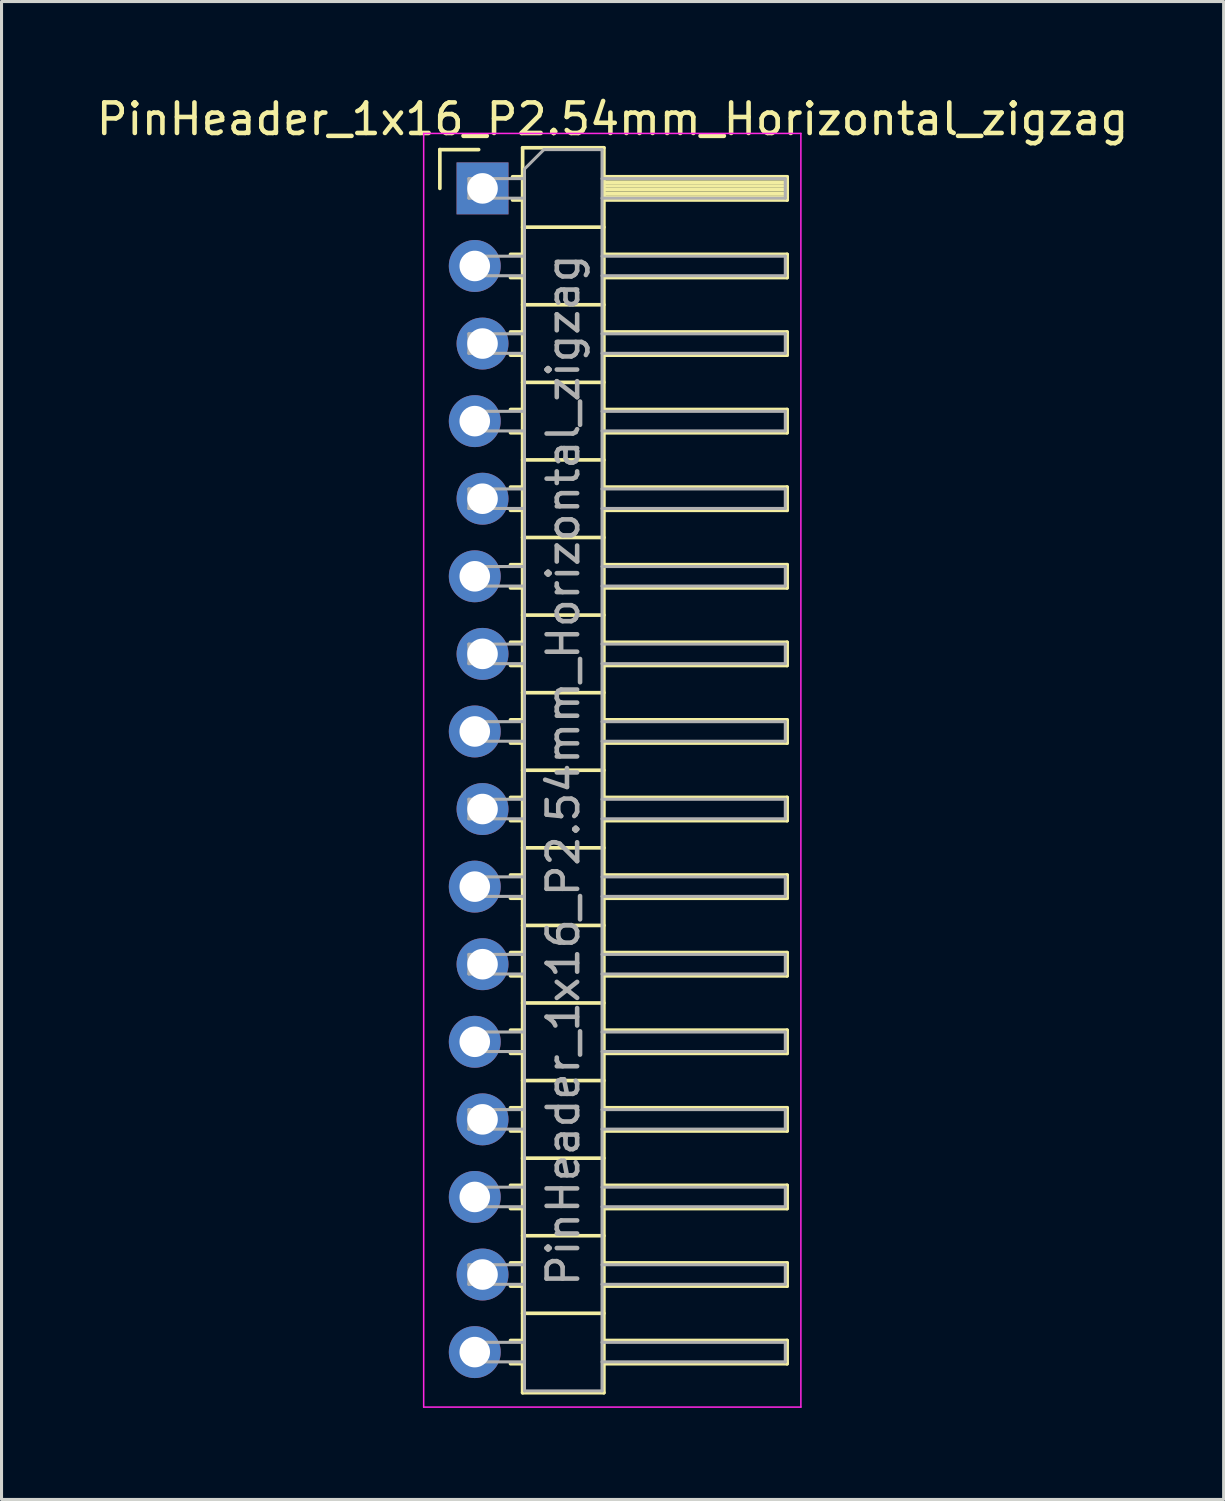
<source format=kicad_pcb>
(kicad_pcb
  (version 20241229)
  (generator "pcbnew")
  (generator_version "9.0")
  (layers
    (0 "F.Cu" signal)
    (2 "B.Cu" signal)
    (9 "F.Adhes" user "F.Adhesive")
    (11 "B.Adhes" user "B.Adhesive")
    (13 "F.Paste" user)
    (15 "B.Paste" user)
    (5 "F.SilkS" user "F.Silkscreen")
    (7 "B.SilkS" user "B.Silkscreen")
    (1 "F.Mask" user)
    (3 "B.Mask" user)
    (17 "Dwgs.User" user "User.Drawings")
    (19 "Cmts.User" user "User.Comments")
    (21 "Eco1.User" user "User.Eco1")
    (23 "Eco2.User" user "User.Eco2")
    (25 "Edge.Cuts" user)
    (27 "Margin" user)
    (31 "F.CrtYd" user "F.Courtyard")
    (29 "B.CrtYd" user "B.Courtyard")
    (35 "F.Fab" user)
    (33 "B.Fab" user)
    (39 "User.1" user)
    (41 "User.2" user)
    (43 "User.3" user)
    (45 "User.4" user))
  (footprint "PinHeader_1x16_P2.54mm_Horizontal_zigzag"
    (layer "F.Cu")
    (at 12.621 3.118)
    (property "Reference" "PinHeader_1x16_P2.54mm_Horizontal_zigzag" (at 4.385 -2.27 0) (layer "F.SilkS") (effects (font (size 1 1) (thickness 0.15))))
    (attr through_hole)
    (fp_line (start -1.27 -1.27) (end 0 -1.27) (stroke (width 0.12) (type solid)) (layer "F.SilkS"))
    (fp_line (start -1.27 0) (end -1.27 -1.27) (stroke (width 0.12) (type solid)) (layer "F.SilkS"))
    (fp_line (start 1.043 2.16) (end 1.44 2.16) (stroke (width 0.12) (type solid)) (layer "F.SilkS"))
    (fp_line (start 1.043 2.92) (end 1.44 2.92) (stroke (width 0.12) (type solid)) (layer "F.SilkS"))
    (fp_line (start 1.043 4.7) (end 1.44 4.7) (stroke (width 0.12) (type solid)) (layer "F.SilkS"))
    (fp_line (start 1.043 5.46) (end 1.44 5.46) (stroke (width 0.12) (type solid)) (layer "F.SilkS"))
    (fp_line (start 1.043 7.24) (end 1.44 7.24) (stroke (width 0.12) (type solid)) (layer "F.SilkS"))
    (fp_line (start 1.043 8) (end 1.44 8) (stroke (width 0.12) (type solid)) (layer "F.SilkS"))
    (fp_line (start 1.043 9.78) (end 1.44 9.78) (stroke (width 0.12) (type solid)) (layer "F.SilkS"))
    (fp_line (start 1.043 10.54) (end 1.44 10.54) (stroke (width 0.12) (type solid)) (layer "F.SilkS"))
    (fp_line (start 1.043 12.32) (end 1.44 12.32) (stroke (width 0.12) (type solid)) (layer "F.SilkS"))
    (fp_line (start 1.043 13.08) (end 1.44 13.08) (stroke (width 0.12) (type solid)) (layer "F.SilkS"))
    (fp_line (start 1.043 14.86) (end 1.44 14.86) (stroke (width 0.12) (type solid)) (layer "F.SilkS"))
    (fp_line (start 1.043 15.62) (end 1.44 15.62) (stroke (width 0.12) (type solid)) (layer "F.SilkS"))
    (fp_line (start 1.043 17.4) (end 1.44 17.4) (stroke (width 0.12) (type solid)) (layer "F.SilkS"))
    (fp_line (start 1.043 18.16) (end 1.44 18.16) (stroke (width 0.12) (type solid)) (layer "F.SilkS"))
    (fp_line (start 1.043 19.94) (end 1.44 19.94) (stroke (width 0.12) (type solid)) (layer "F.SilkS"))
    (fp_line (start 1.043 20.7) (end 1.44 20.7) (stroke (width 0.12) (type solid)) (layer "F.SilkS"))
    (fp_line (start 1.043 22.48) (end 1.44 22.48) (stroke (width 0.12) (type solid)) (layer "F.SilkS"))
    (fp_line (start 1.043 23.24) (end 1.44 23.24) (stroke (width 0.12) (type solid)) (layer "F.SilkS"))
    (fp_line (start 1.043 25.02) (end 1.44 25.02) (stroke (width 0.12) (type solid)) (layer "F.SilkS"))
    (fp_line (start 1.043 25.78) (end 1.44 25.78) (stroke (width 0.12) (type solid)) (layer "F.SilkS"))
    (fp_line (start 1.043 27.56) (end 1.44 27.56) (stroke (width 0.12) (type solid)) (layer "F.SilkS"))
    (fp_line (start 1.043 28.32) (end 1.44 28.32) (stroke (width 0.12) (type solid)) (layer "F.SilkS"))
    (fp_line (start 1.043 30.1) (end 1.44 30.1) (stroke (width 0.12) (type solid)) (layer "F.SilkS"))
    (fp_line (start 1.043 30.86) (end 1.44 30.86) (stroke (width 0.12) (type solid)) (layer "F.SilkS"))
    (fp_line (start 1.043 32.64) (end 1.44 32.64) (stroke (width 0.12) (type solid)) (layer "F.SilkS"))
    (fp_line (start 1.043 33.4) (end 1.44 33.4) (stroke (width 0.12) (type solid)) (layer "F.SilkS"))
    (fp_line (start 1.043 35.18) (end 1.44 35.18) (stroke (width 0.12) (type solid)) (layer "F.SilkS"))
    (fp_line (start 1.043 35.94) (end 1.44 35.94) (stroke (width 0.12) (type solid)) (layer "F.SilkS"))
    (fp_line (start 1.043 37.72) (end 1.44 37.72) (stroke (width 0.12) (type solid)) (layer "F.SilkS"))
    (fp_line (start 1.043 38.48) (end 1.44 38.48) (stroke (width 0.12) (type solid)) (layer "F.SilkS"))
    (fp_line (start 1.11 -0.38) (end 1.44 -0.38) (stroke (width 0.12) (type solid)) (layer "F.SilkS"))
    (fp_line (start 1.11 0.38) (end 1.44 0.38) (stroke (width 0.12) (type solid)) (layer "F.SilkS"))
    (fp_line (start 1.44 -1.33) (end 1.44 39.43) (stroke (width 0.12) (type solid)) (layer "F.SilkS"))
    (fp_line (start 1.44 1.27) (end 4.1 1.27) (stroke (width 0.12) (type solid)) (layer "F.SilkS"))
    (fp_line (start 1.44 3.81) (end 4.1 3.81) (stroke (width 0.12) (type solid)) (layer "F.SilkS"))
    (fp_line (start 1.44 6.35) (end 4.1 6.35) (stroke (width 0.12) (type solid)) (layer "F.SilkS"))
    (fp_line (start 1.44 8.89) (end 4.1 8.89) (stroke (width 0.12) (type solid)) (layer "F.SilkS"))
    (fp_line (start 1.44 11.43) (end 4.1 11.43) (stroke (width 0.12) (type solid)) (layer "F.SilkS"))
    (fp_line (start 1.44 13.97) (end 4.1 13.97) (stroke (width 0.12) (type solid)) (layer "F.SilkS"))
    (fp_line (start 1.44 16.51) (end 4.1 16.51) (stroke (width 0.12) (type solid)) (layer "F.SilkS"))
    (fp_line (start 1.44 19.05) (end 4.1 19.05) (stroke (width 0.12) (type solid)) (layer "F.SilkS"))
    (fp_line (start 1.44 21.59) (end 4.1 21.59) (stroke (width 0.12) (type solid)) (layer "F.SilkS"))
    (fp_line (start 1.44 24.13) (end 4.1 24.13) (stroke (width 0.12) (type solid)) (layer "F.SilkS"))
    (fp_line (start 1.44 26.67) (end 4.1 26.67) (stroke (width 0.12) (type solid)) (layer "F.SilkS"))
    (fp_line (start 1.44 29.21) (end 4.1 29.21) (stroke (width 0.12) (type solid)) (layer "F.SilkS"))
    (fp_line (start 1.44 31.75) (end 4.1 31.75) (stroke (width 0.12) (type solid)) (layer "F.SilkS"))
    (fp_line (start 1.44 34.29) (end 4.1 34.29) (stroke (width 0.12) (type solid)) (layer "F.SilkS"))
    (fp_line (start 1.44 36.83) (end 4.1 36.83) (stroke (width 0.12) (type solid)) (layer "F.SilkS"))
    (fp_line (start 1.44 39.43) (end 4.1 39.43) (stroke (width 0.12) (type solid)) (layer "F.SilkS"))
    (fp_line (start 4.1 -1.33) (end 1.44 -1.33) (stroke (width 0.12) (type solid)) (layer "F.SilkS"))
    (fp_line (start 4.1 -0.38) (end 10.1 -0.38) (stroke (width 0.12) (type solid)) (layer "F.SilkS"))
    (fp_line (start 4.1 -0.32) (end 10.1 -0.32) (stroke (width 0.12) (type solid)) (layer "F.SilkS"))
    (fp_line (start 4.1 -0.2) (end 10.1 -0.2) (stroke (width 0.12) (type solid)) (layer "F.SilkS"))
    (fp_line (start 4.1 -0.08) (end 10.1 -0.08) (stroke (width 0.12) (type solid)) (layer "F.SilkS"))
    (fp_line (start 4.1 0.04) (end 10.1 0.04) (stroke (width 0.12) (type solid)) (layer "F.SilkS"))
    (fp_line (start 4.1 0.16) (end 10.1 0.16) (stroke (width 0.12) (type solid)) (layer "F.SilkS"))
    (fp_line (start 4.1 0.28) (end 10.1 0.28) (stroke (width 0.12) (type solid)) (layer "F.SilkS"))
    (fp_line (start 4.1 2.16) (end 10.1 2.16) (stroke (width 0.12) (type solid)) (layer "F.SilkS"))
    (fp_line (start 4.1 4.7) (end 10.1 4.7) (stroke (width 0.12) (type solid)) (layer "F.SilkS"))
    (fp_line (start 4.1 7.24) (end 10.1 7.24) (stroke (width 0.12) (type solid)) (layer "F.SilkS"))
    (fp_line (start 4.1 9.78) (end 10.1 9.78) (stroke (width 0.12) (type solid)) (layer "F.SilkS"))
    (fp_line (start 4.1 12.32) (end 10.1 12.32) (stroke (width 0.12) (type solid)) (layer "F.SilkS"))
    (fp_line (start 4.1 14.86) (end 10.1 14.86) (stroke (width 0.12) (type solid)) (layer "F.SilkS"))
    (fp_line (start 4.1 17.4) (end 10.1 17.4) (stroke (width 0.12) (type solid)) (layer "F.SilkS"))
    (fp_line (start 4.1 19.94) (end 10.1 19.94) (stroke (width 0.12) (type solid)) (layer "F.SilkS"))
    (fp_line (start 4.1 22.48) (end 10.1 22.48) (stroke (width 0.12) (type solid)) (layer "F.SilkS"))
    (fp_line (start 4.1 25.02) (end 10.1 25.02) (stroke (width 0.12) (type solid)) (layer "F.SilkS"))
    (fp_line (start 4.1 27.56) (end 10.1 27.56) (stroke (width 0.12) (type solid)) (layer "F.SilkS"))
    (fp_line (start 4.1 30.1) (end 10.1 30.1) (stroke (width 0.12) (type solid)) (layer "F.SilkS"))
    (fp_line (start 4.1 32.64) (end 10.1 32.64) (stroke (width 0.12) (type solid)) (layer "F.SilkS"))
    (fp_line (start 4.1 35.18) (end 10.1 35.18) (stroke (width 0.12) (type solid)) (layer "F.SilkS"))
    (fp_line (start 4.1 37.72) (end 10.1 37.72) (stroke (width 0.12) (type solid)) (layer "F.SilkS"))
    (fp_line (start 4.1 39.43) (end 4.1 -1.33) (stroke (width 0.12) (type solid)) (layer "F.SilkS"))
    (fp_line (start 10.1 -0.38) (end 10.1 0.38) (stroke (width 0.12) (type solid)) (layer "F.SilkS"))
    (fp_line (start 10.1 0.38) (end 4.1 0.38) (stroke (width 0.12) (type solid)) (layer "F.SilkS"))
    (fp_line (start 10.1 2.16) (end 10.1 2.92) (stroke (width 0.12) (type solid)) (layer "F.SilkS"))
    (fp_line (start 10.1 2.92) (end 4.1 2.92) (stroke (width 0.12) (type solid)) (layer "F.SilkS"))
    (fp_line (start 10.1 4.7) (end 10.1 5.46) (stroke (width 0.12) (type solid)) (layer "F.SilkS"))
    (fp_line (start 10.1 5.46) (end 4.1 5.46) (stroke (width 0.12) (type solid)) (layer "F.SilkS"))
    (fp_line (start 10.1 7.24) (end 10.1 8) (stroke (width 0.12) (type solid)) (layer "F.SilkS"))
    (fp_line (start 10.1 8) (end 4.1 8) (stroke (width 0.12) (type solid)) (layer "F.SilkS"))
    (fp_line (start 10.1 9.78) (end 10.1 10.54) (stroke (width 0.12) (type solid)) (layer "F.SilkS"))
    (fp_line (start 10.1 10.54) (end 4.1 10.54) (stroke (width 0.12) (type solid)) (layer "F.SilkS"))
    (fp_line (start 10.1 12.32) (end 10.1 13.08) (stroke (width 0.12) (type solid)) (layer "F.SilkS"))
    (fp_line (start 10.1 13.08) (end 4.1 13.08) (stroke (width 0.12) (type solid)) (layer "F.SilkS"))
    (fp_line (start 10.1 14.86) (end 10.1 15.62) (stroke (width 0.12) (type solid)) (layer "F.SilkS"))
    (fp_line (start 10.1 15.62) (end 4.1 15.62) (stroke (width 0.12) (type solid)) (layer "F.SilkS"))
    (fp_line (start 10.1 17.4) (end 10.1 18.16) (stroke (width 0.12) (type solid)) (layer "F.SilkS"))
    (fp_line (start 10.1 18.16) (end 4.1 18.16) (stroke (width 0.12) (type solid)) (layer "F.SilkS"))
    (fp_line (start 10.1 19.94) (end 10.1 20.7) (stroke (width 0.12) (type solid)) (layer "F.SilkS"))
    (fp_line (start 10.1 20.7) (end 4.1 20.7) (stroke (width 0.12) (type solid)) (layer "F.SilkS"))
    (fp_line (start 10.1 22.48) (end 10.1 23.24) (stroke (width 0.12) (type solid)) (layer "F.SilkS"))
    (fp_line (start 10.1 23.24) (end 4.1 23.24) (stroke (width 0.12) (type solid)) (layer "F.SilkS"))
    (fp_line (start 10.1 25.02) (end 10.1 25.78) (stroke (width 0.12) (type solid)) (layer "F.SilkS"))
    (fp_line (start 10.1 25.78) (end 4.1 25.78) (stroke (width 0.12) (type solid)) (layer "F.SilkS"))
    (fp_line (start 10.1 27.56) (end 10.1 28.32) (stroke (width 0.12) (type solid)) (layer "F.SilkS"))
    (fp_line (start 10.1 28.32) (end 4.1 28.32) (stroke (width 0.12) (type solid)) (layer "F.SilkS"))
    (fp_line (start 10.1 30.1) (end 10.1 30.86) (stroke (width 0.12) (type solid)) (layer "F.SilkS"))
    (fp_line (start 10.1 30.86) (end 4.1 30.86) (stroke (width 0.12) (type solid)) (layer "F.SilkS"))
    (fp_line (start 10.1 32.64) (end 10.1 33.4) (stroke (width 0.12) (type solid)) (layer "F.SilkS"))
    (fp_line (start 10.1 33.4) (end 4.1 33.4) (stroke (width 0.12) (type solid)) (layer "F.SilkS"))
    (fp_line (start 10.1 35.18) (end 10.1 35.94) (stroke (width 0.12) (type solid)) (layer "F.SilkS"))
    (fp_line (start 10.1 35.94) (end 4.1 35.94) (stroke (width 0.12) (type solid)) (layer "F.SilkS"))
    (fp_line (start 10.1 37.72) (end 10.1 38.48) (stroke (width 0.12) (type solid)) (layer "F.SilkS"))
    (fp_line (start 10.1 38.48) (end 4.1 38.48) (stroke (width 0.12) (type solid)) (layer "F.SilkS"))
    (fp_line (start -1.8 -1.8) (end -1.8 39.9) (stroke (width 0.05) (type solid)) (layer "F.CrtYd"))
    (fp_line (start -1.8 39.9) (end 10.55 39.9) (stroke (width 0.05) (type solid)) (layer "F.CrtYd"))
    (fp_line (start 10.55 -1.8) (end -1.8 -1.8) (stroke (width 0.05) (type solid)) (layer "F.CrtYd"))
    (fp_line (start 10.55 39.9) (end 10.55 -1.8) (stroke (width 0.05) (type solid)) (layer "F.CrtYd"))
    (fp_line (start -0.32 -0.32) (end -0.32 0.32) (stroke (width 0.1) (type solid)) (layer "F.Fab"))
    (fp_line (start -0.32 -0.32) (end 1.5 -0.32) (stroke (width 0.1) (type solid)) (layer "F.Fab"))
    (fp_line (start -0.32 0.32) (end 1.5 0.32) (stroke (width 0.1) (type solid)) (layer "F.Fab"))
    (fp_line (start -0.32 2.22) (end -0.32 2.86) (stroke (width 0.1) (type solid)) (layer "F.Fab"))
    (fp_line (start -0.32 2.22) (end 1.5 2.22) (stroke (width 0.1) (type solid)) (layer "F.Fab"))
    (fp_line (start -0.32 2.86) (end 1.5 2.86) (stroke (width 0.1) (type solid)) (layer "F.Fab"))
    (fp_line (start -0.32 4.76) (end -0.32 5.4) (stroke (width 0.1) (type solid)) (layer "F.Fab"))
    (fp_line (start -0.32 4.76) (end 1.5 4.76) (stroke (width 0.1) (type solid)) (layer "F.Fab"))
    (fp_line (start -0.32 5.4) (end 1.5 5.4) (stroke (width 0.1) (type solid)) (layer "F.Fab"))
    (fp_line (start -0.32 7.3) (end -0.32 7.94) (stroke (width 0.1) (type solid)) (layer "F.Fab"))
    (fp_line (start -0.32 7.3) (end 1.5 7.3) (stroke (width 0.1) (type solid)) (layer "F.Fab"))
    (fp_line (start -0.32 7.94) (end 1.5 7.94) (stroke (width 0.1) (type solid)) (layer "F.Fab"))
    (fp_line (start -0.32 9.84) (end -0.32 10.48) (stroke (width 0.1) (type solid)) (layer "F.Fab"))
    (fp_line (start -0.32 9.84) (end 1.5 9.84) (stroke (width 0.1) (type solid)) (layer "F.Fab"))
    (fp_line (start -0.32 10.48) (end 1.5 10.48) (stroke (width 0.1) (type solid)) (layer "F.Fab"))
    (fp_line (start -0.32 12.38) (end -0.32 13.02) (stroke (width 0.1) (type solid)) (layer "F.Fab"))
    (fp_line (start -0.32 12.38) (end 1.5 12.38) (stroke (width 0.1) (type solid)) (layer "F.Fab"))
    (fp_line (start -0.32 13.02) (end 1.5 13.02) (stroke (width 0.1) (type solid)) (layer "F.Fab"))
    (fp_line (start -0.32 14.92) (end -0.32 15.56) (stroke (width 0.1) (type solid)) (layer "F.Fab"))
    (fp_line (start -0.32 14.92) (end 1.5 14.92) (stroke (width 0.1) (type solid)) (layer "F.Fab"))
    (fp_line (start -0.32 15.56) (end 1.5 15.56) (stroke (width 0.1) (type solid)) (layer "F.Fab"))
    (fp_line (start -0.32 17.46) (end -0.32 18.1) (stroke (width 0.1) (type solid)) (layer "F.Fab"))
    (fp_line (start -0.32 17.46) (end 1.5 17.46) (stroke (width 0.1) (type solid)) (layer "F.Fab"))
    (fp_line (start -0.32 18.1) (end 1.5 18.1) (stroke (width 0.1) (type solid)) (layer "F.Fab"))
    (fp_line (start -0.32 20) (end -0.32 20.64) (stroke (width 0.1) (type solid)) (layer "F.Fab"))
    (fp_line (start -0.32 20) (end 1.5 20) (stroke (width 0.1) (type solid)) (layer "F.Fab"))
    (fp_line (start -0.32 20.64) (end 1.5 20.64) (stroke (width 0.1) (type solid)) (layer "F.Fab"))
    (fp_line (start -0.32 22.54) (end -0.32 23.18) (stroke (width 0.1) (type solid)) (layer "F.Fab"))
    (fp_line (start -0.32 22.54) (end 1.5 22.54) (stroke (width 0.1) (type solid)) (layer "F.Fab"))
    (fp_line (start -0.32 23.18) (end 1.5 23.18) (stroke (width 0.1) (type solid)) (layer "F.Fab"))
    (fp_line (start -0.32 25.08) (end -0.32 25.72) (stroke (width 0.1) (type solid)) (layer "F.Fab"))
    (fp_line (start -0.32 25.08) (end 1.5 25.08) (stroke (width 0.1) (type solid)) (layer "F.Fab"))
    (fp_line (start -0.32 25.72) (end 1.5 25.72) (stroke (width 0.1) (type solid)) (layer "F.Fab"))
    (fp_line (start -0.32 27.62) (end -0.32 28.26) (stroke (width 0.1) (type solid)) (layer "F.Fab"))
    (fp_line (start -0.32 27.62) (end 1.5 27.62) (stroke (width 0.1) (type solid)) (layer "F.Fab"))
    (fp_line (start -0.32 28.26) (end 1.5 28.26) (stroke (width 0.1) (type solid)) (layer "F.Fab"))
    (fp_line (start -0.32 30.16) (end -0.32 30.8) (stroke (width 0.1) (type solid)) (layer "F.Fab"))
    (fp_line (start -0.32 30.16) (end 1.5 30.16) (stroke (width 0.1) (type solid)) (layer "F.Fab"))
    (fp_line (start -0.32 30.8) (end 1.5 30.8) (stroke (width 0.1) (type solid)) (layer "F.Fab"))
    (fp_line (start -0.32 32.7) (end -0.32 33.34) (stroke (width 0.1) (type solid)) (layer "F.Fab"))
    (fp_line (start -0.32 32.7) (end 1.5 32.7) (stroke (width 0.1) (type solid)) (layer "F.Fab"))
    (fp_line (start -0.32 33.34) (end 1.5 33.34) (stroke (width 0.1) (type solid)) (layer "F.Fab"))
    (fp_line (start -0.32 35.24) (end -0.32 35.88) (stroke (width 0.1) (type solid)) (layer "F.Fab"))
    (fp_line (start -0.32 35.24) (end 1.5 35.24) (stroke (width 0.1) (type solid)) (layer "F.Fab"))
    (fp_line (start -0.32 35.88) (end 1.5 35.88) (stroke (width 0.1) (type solid)) (layer "F.Fab"))
    (fp_line (start -0.32 37.78) (end -0.32 38.42) (stroke (width 0.1) (type solid)) (layer "F.Fab"))
    (fp_line (start -0.32 37.78) (end 1.5 37.78) (stroke (width 0.1) (type solid)) (layer "F.Fab"))
    (fp_line (start -0.32 38.42) (end 1.5 38.42) (stroke (width 0.1) (type solid)) (layer "F.Fab"))
    (fp_line (start 1.5 -0.635) (end 2.135 -1.27) (stroke (width 0.1) (type solid)) (layer "F.Fab"))
    (fp_line (start 1.5 39.37) (end 1.5 -0.635) (stroke (width 0.1) (type solid)) (layer "F.Fab"))
    (fp_line (start 2.135 -1.27) (end 4.04 -1.27) (stroke (width 0.1) (type solid)) (layer "F.Fab"))
    (fp_line (start 4.04 -1.27) (end 4.04 39.37) (stroke (width 0.1) (type solid)) (layer "F.Fab"))
    (fp_line (start 4.04 -0.32) (end 10.04 -0.32) (stroke (width 0.1) (type solid)) (layer "F.Fab"))
    (fp_line (start 4.04 0.32) (end 10.04 0.32) (stroke (width 0.1) (type solid)) (layer "F.Fab"))
    (fp_line (start 4.04 2.22) (end 10.04 2.22) (stroke (width 0.1) (type solid)) (layer "F.Fab"))
    (fp_line (start 4.04 2.86) (end 10.04 2.86) (stroke (width 0.1) (type solid)) (layer "F.Fab"))
    (fp_line (start 4.04 4.76) (end 10.04 4.76) (stroke (width 0.1) (type solid)) (layer "F.Fab"))
    (fp_line (start 4.04 5.4) (end 10.04 5.4) (stroke (width 0.1) (type solid)) (layer "F.Fab"))
    (fp_line (start 4.04 7.3) (end 10.04 7.3) (stroke (width 0.1) (type solid)) (layer "F.Fab"))
    (fp_line (start 4.04 7.94) (end 10.04 7.94) (stroke (width 0.1) (type solid)) (layer "F.Fab"))
    (fp_line (start 4.04 9.84) (end 10.04 9.84) (stroke (width 0.1) (type solid)) (layer "F.Fab"))
    (fp_line (start 4.04 10.48) (end 10.04 10.48) (stroke (width 0.1) (type solid)) (layer "F.Fab"))
    (fp_line (start 4.04 12.38) (end 10.04 12.38) (stroke (width 0.1) (type solid)) (layer "F.Fab"))
    (fp_line (start 4.04 13.02) (end 10.04 13.02) (stroke (width 0.1) (type solid)) (layer "F.Fab"))
    (fp_line (start 4.04 14.92) (end 10.04 14.92) (stroke (width 0.1) (type solid)) (layer "F.Fab"))
    (fp_line (start 4.04 15.56) (end 10.04 15.56) (stroke (width 0.1) (type solid)) (layer "F.Fab"))
    (fp_line (start 4.04 17.46) (end 10.04 17.46) (stroke (width 0.1) (type solid)) (layer "F.Fab"))
    (fp_line (start 4.04 18.1) (end 10.04 18.1) (stroke (width 0.1) (type solid)) (layer "F.Fab"))
    (fp_line (start 4.04 20) (end 10.04 20) (stroke (width 0.1) (type solid)) (layer "F.Fab"))
    (fp_line (start 4.04 20.64) (end 10.04 20.64) (stroke (width 0.1) (type solid)) (layer "F.Fab"))
    (fp_line (start 4.04 22.54) (end 10.04 22.54) (stroke (width 0.1) (type solid)) (layer "F.Fab"))
    (fp_line (start 4.04 23.18) (end 10.04 23.18) (stroke (width 0.1) (type solid)) (layer "F.Fab"))
    (fp_line (start 4.04 25.08) (end 10.04 25.08) (stroke (width 0.1) (type solid)) (layer "F.Fab"))
    (fp_line (start 4.04 25.72) (end 10.04 25.72) (stroke (width 0.1) (type solid)) (layer "F.Fab"))
    (fp_line (start 4.04 27.62) (end 10.04 27.62) (stroke (width 0.1) (type solid)) (layer "F.Fab"))
    (fp_line (start 4.04 28.26) (end 10.04 28.26) (stroke (width 0.1) (type solid)) (layer "F.Fab"))
    (fp_line (start 4.04 30.16) (end 10.04 30.16) (stroke (width 0.1) (type solid)) (layer "F.Fab"))
    (fp_line (start 4.04 30.8) (end 10.04 30.8) (stroke (width 0.1) (type solid)) (layer "F.Fab"))
    (fp_line (start 4.04 32.7) (end 10.04 32.7) (stroke (width 0.1) (type solid)) (layer "F.Fab"))
    (fp_line (start 4.04 33.34) (end 10.04 33.34) (stroke (width 0.1) (type solid)) (layer "F.Fab"))
    (fp_line (start 4.04 35.24) (end 10.04 35.24) (stroke (width 0.1) (type solid)) (layer "F.Fab"))
    (fp_line (start 4.04 35.88) (end 10.04 35.88) (stroke (width 0.1) (type solid)) (layer "F.Fab"))
    (fp_line (start 4.04 37.78) (end 10.04 37.78) (stroke (width 0.1) (type solid)) (layer "F.Fab"))
    (fp_line (start 4.04 38.42) (end 10.04 38.42) (stroke (width 0.1) (type solid)) (layer "F.Fab"))
    (fp_line (start 4.04 39.37) (end 1.5 39.37) (stroke (width 0.1) (type solid)) (layer "F.Fab"))
    (fp_line (start 10.04 -0.32) (end 10.04 0.32) (stroke (width 0.1) (type solid)) (layer "F.Fab"))
    (fp_line (start 10.04 2.22) (end 10.04 2.86) (stroke (width 0.1) (type solid)) (layer "F.Fab"))
    (fp_line (start 10.04 4.76) (end 10.04 5.4) (stroke (width 0.1) (type solid)) (layer "F.Fab"))
    (fp_line (start 10.04 7.3) (end 10.04 7.94) (stroke (width 0.1) (type solid)) (layer "F.Fab"))
    (fp_line (start 10.04 9.84) (end 10.04 10.48) (stroke (width 0.1) (type solid)) (layer "F.Fab"))
    (fp_line (start 10.04 12.38) (end 10.04 13.02) (stroke (width 0.1) (type solid)) (layer "F.Fab"))
    (fp_line (start 10.04 14.92) (end 10.04 15.56) (stroke (width 0.1) (type solid)) (layer "F.Fab"))
    (fp_line (start 10.04 17.46) (end 10.04 18.1) (stroke (width 0.1) (type solid)) (layer "F.Fab"))
    (fp_line (start 10.04 20) (end 10.04 20.64) (stroke (width 0.1) (type solid)) (layer "F.Fab"))
    (fp_line (start 10.04 22.54) (end 10.04 23.18) (stroke (width 0.1) (type solid)) (layer "F.Fab"))
    (fp_line (start 10.04 25.08) (end 10.04 25.72) (stroke (width 0.1) (type solid)) (layer "F.Fab"))
    (fp_line (start 10.04 27.62) (end 10.04 28.26) (stroke (width 0.1) (type solid)) (layer "F.Fab"))
    (fp_line (start 10.04 30.16) (end 10.04 30.8) (stroke (width 0.1) (type solid)) (layer "F.Fab"))
    (fp_line (start 10.04 32.7) (end 10.04 33.34) (stroke (width 0.1) (type solid)) (layer "F.Fab"))
    (fp_line (start 10.04 35.24) (end 10.04 35.88) (stroke (width 0.1) (type solid)) (layer "F.Fab"))
    (fp_line (start 10.04 37.78) (end 10.04 38.42) (stroke (width 0.1) (type solid)) (layer "F.Fab"))
    (fp_text user "${REFERENCE}" (at 2.77 19.05 90) (layer "F.Fab") (effects (font (size 1 1) (thickness 0.15))))
    (pad "1" thru_hole rect (at 0.127 0) (size 1.7 1.7) (drill 1) (layers "*.Cu" "*.Mask"))
    (pad "2" thru_hole oval (at -0.127 2.54) (size 1.7 1.7) (drill 1) (layers "*.Cu" "*.Mask"))
    (pad "3" thru_hole oval (at 0.127 5.08) (size 1.7 1.7) (drill 1) (layers "*.Cu" "*.Mask"))
    (pad "4" thru_hole oval (at -0.127 7.62) (size 1.7 1.7) (drill 1) (layers "*.Cu" "*.Mask"))
    (pad "5" thru_hole oval (at 0.127 10.16) (size 1.7 1.7) (drill 1) (layers "*.Cu" "*.Mask"))
    (pad "6" thru_hole oval (at -0.127 12.7) (size 1.7 1.7) (drill 1) (layers "*.Cu" "*.Mask"))
    (pad "7" thru_hole oval (at 0.127 15.24) (size 1.7 1.7) (drill 1) (layers "*.Cu" "*.Mask"))
    (pad "8" thru_hole oval (at -0.127 17.78) (size 1.7 1.7) (drill 1) (layers "*.Cu" "*.Mask"))
    (pad "9" thru_hole oval (at 0.127 20.32) (size 1.7 1.7) (drill 1) (layers "*.Cu" "*.Mask"))
    (pad "10" thru_hole oval (at -0.127 22.86) (size 1.7 1.7) (drill 1) (layers "*.Cu" "*.Mask"))
    (pad "11" thru_hole oval (at 0.127 25.4) (size 1.7 1.7) (drill 1) (layers "*.Cu" "*.Mask"))
    (pad "12" thru_hole oval (at -0.127 27.94) (size 1.7 1.7) (drill 1) (layers "*.Cu" "*.Mask"))
    (pad "13" thru_hole oval (at 0.127 30.48) (size 1.7 1.7) (drill 1) (layers "*.Cu" "*.Mask"))
    (pad "14" thru_hole oval (at -0.127 33.02) (size 1.7 1.7) (drill 1) (layers "*.Cu" "*.Mask"))
    (pad "15" thru_hole oval (at 0.127 35.56) (size 1.7 1.7) (drill 1) (layers "*.Cu" "*.Mask"))
    (pad "16" thru_hole oval (at -0.127 38.1) (size 1.7 1.7) (drill 1) (layers "*.Cu" "*.Mask")))
  (gr_rect
    (start -3 -3)
    (end 37.012 46.043)
    (stroke (width 0.1) (type default))
    (fill no)
    (layer "Edge.Cuts")))
</source>
